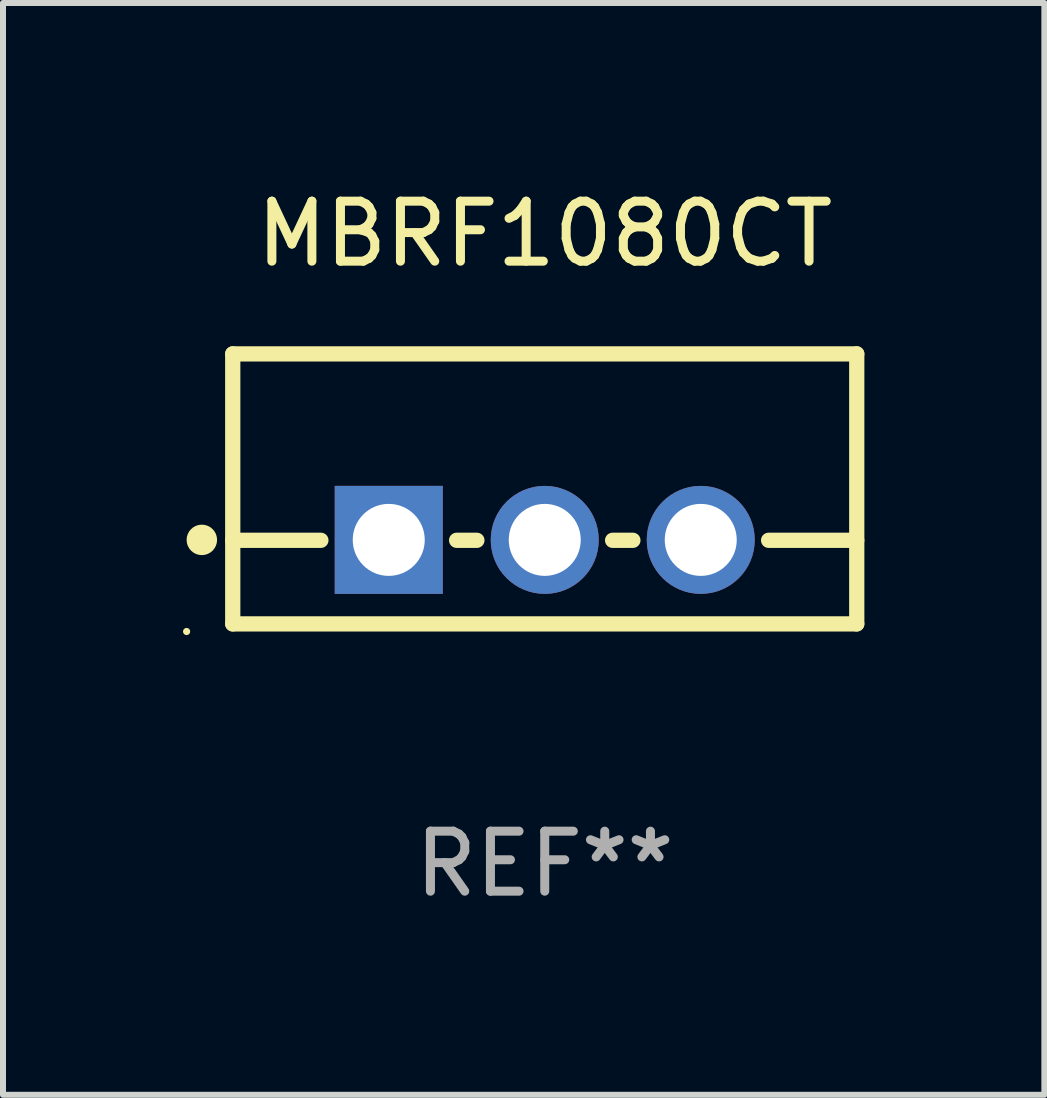
<source format=kicad_pcb>
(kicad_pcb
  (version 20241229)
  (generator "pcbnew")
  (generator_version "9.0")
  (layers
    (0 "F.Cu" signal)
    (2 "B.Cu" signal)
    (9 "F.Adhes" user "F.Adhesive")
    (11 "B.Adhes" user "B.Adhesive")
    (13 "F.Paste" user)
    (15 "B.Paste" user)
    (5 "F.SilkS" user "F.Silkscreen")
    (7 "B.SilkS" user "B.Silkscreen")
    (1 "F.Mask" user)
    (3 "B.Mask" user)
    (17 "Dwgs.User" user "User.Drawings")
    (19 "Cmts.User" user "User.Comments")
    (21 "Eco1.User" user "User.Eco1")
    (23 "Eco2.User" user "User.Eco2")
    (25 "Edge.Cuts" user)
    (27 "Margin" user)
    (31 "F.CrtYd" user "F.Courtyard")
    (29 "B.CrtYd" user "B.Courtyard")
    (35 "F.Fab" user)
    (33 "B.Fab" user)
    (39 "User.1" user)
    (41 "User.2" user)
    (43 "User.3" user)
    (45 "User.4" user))
  (footprint "MBRF1080CT"
    (layer "F.Cu")
    (at 6.029 5.098)
    (property "Reference" "MBRF1080CT" (at 0 -4.25 0) (layer "F.SilkS") (effects (font (size 1 1) (thickness 0.15))))
    (attr through_hole)
    (fp_line (start -5.2 -2.25) (end -5.2 2.25) (stroke (width 0.254) (type solid)) (layer "F.SilkS"))
    (fp_line (start -5.2 -2.25) (end 5.2 -2.25) (stroke (width 0.254) (type solid)) (layer "F.SilkS"))
    (fp_line (start -5.2 0.857) (end -3.731 0.857) (stroke (width 0.254) (type solid)) (layer "F.SilkS"))
    (fp_line (start -5.2 2.25) (end 5.2 2.25) (stroke (width 0.254) (type solid)) (layer "F.SilkS"))
    (fp_line (start -1.469 0.857) (end -1.131 0.857) (stroke (width 0.254) (type solid)) (layer "F.SilkS"))
    (fp_line (start 1.131 0.857) (end 1.469 0.857) (stroke (width 0.254) (type solid)) (layer "F.SilkS"))
    (fp_line (start 3.731 0.857) (end 5.2 0.857) (stroke (width 0.254) (type solid)) (layer "F.SilkS"))
    (fp_line (start 5.2 -2.25) (end 5.2 2.25) (stroke (width 0.254) (type solid)) (layer "F.SilkS"))
    (fp_circle (center -5.969 2.377) (end -5.939 2.377) (stroke (width 0.06) (type solid)) (fill no) (layer "F.SilkS"))
    (fp_circle (center -5.715 0.85) (end -5.588 0.85) (stroke (width 0.254) (type solid)) (fill no) (layer "F.SilkS"))
    (fp_text user "REF**" (at 0 6.25 0) (layer "F.Fab") (effects (font (size 1 1) (thickness 0.15))))
    (pad "1" thru_hole rect (at -2.6 0.85) (size 1.8 1.8) (drill 1.2) (layers "*.Cu" "*.Mask"))
    (pad "2" thru_hole circle (at 0 0.85) (size 1.8 1.8) (drill 1.2) (layers "*.Cu" "*.Mask"))
    (pad "3" thru_hole circle (at 2.6 0.85) (size 1.8 1.8) (drill 1.2) (layers "*.Cu" "*.Mask")))
  (gr_rect
    (start -3 -3)
    (end 14.356 15.197)
    (stroke (width 0.1) (type default))
    (fill no)
    (layer "Edge.Cuts")))
</source>
